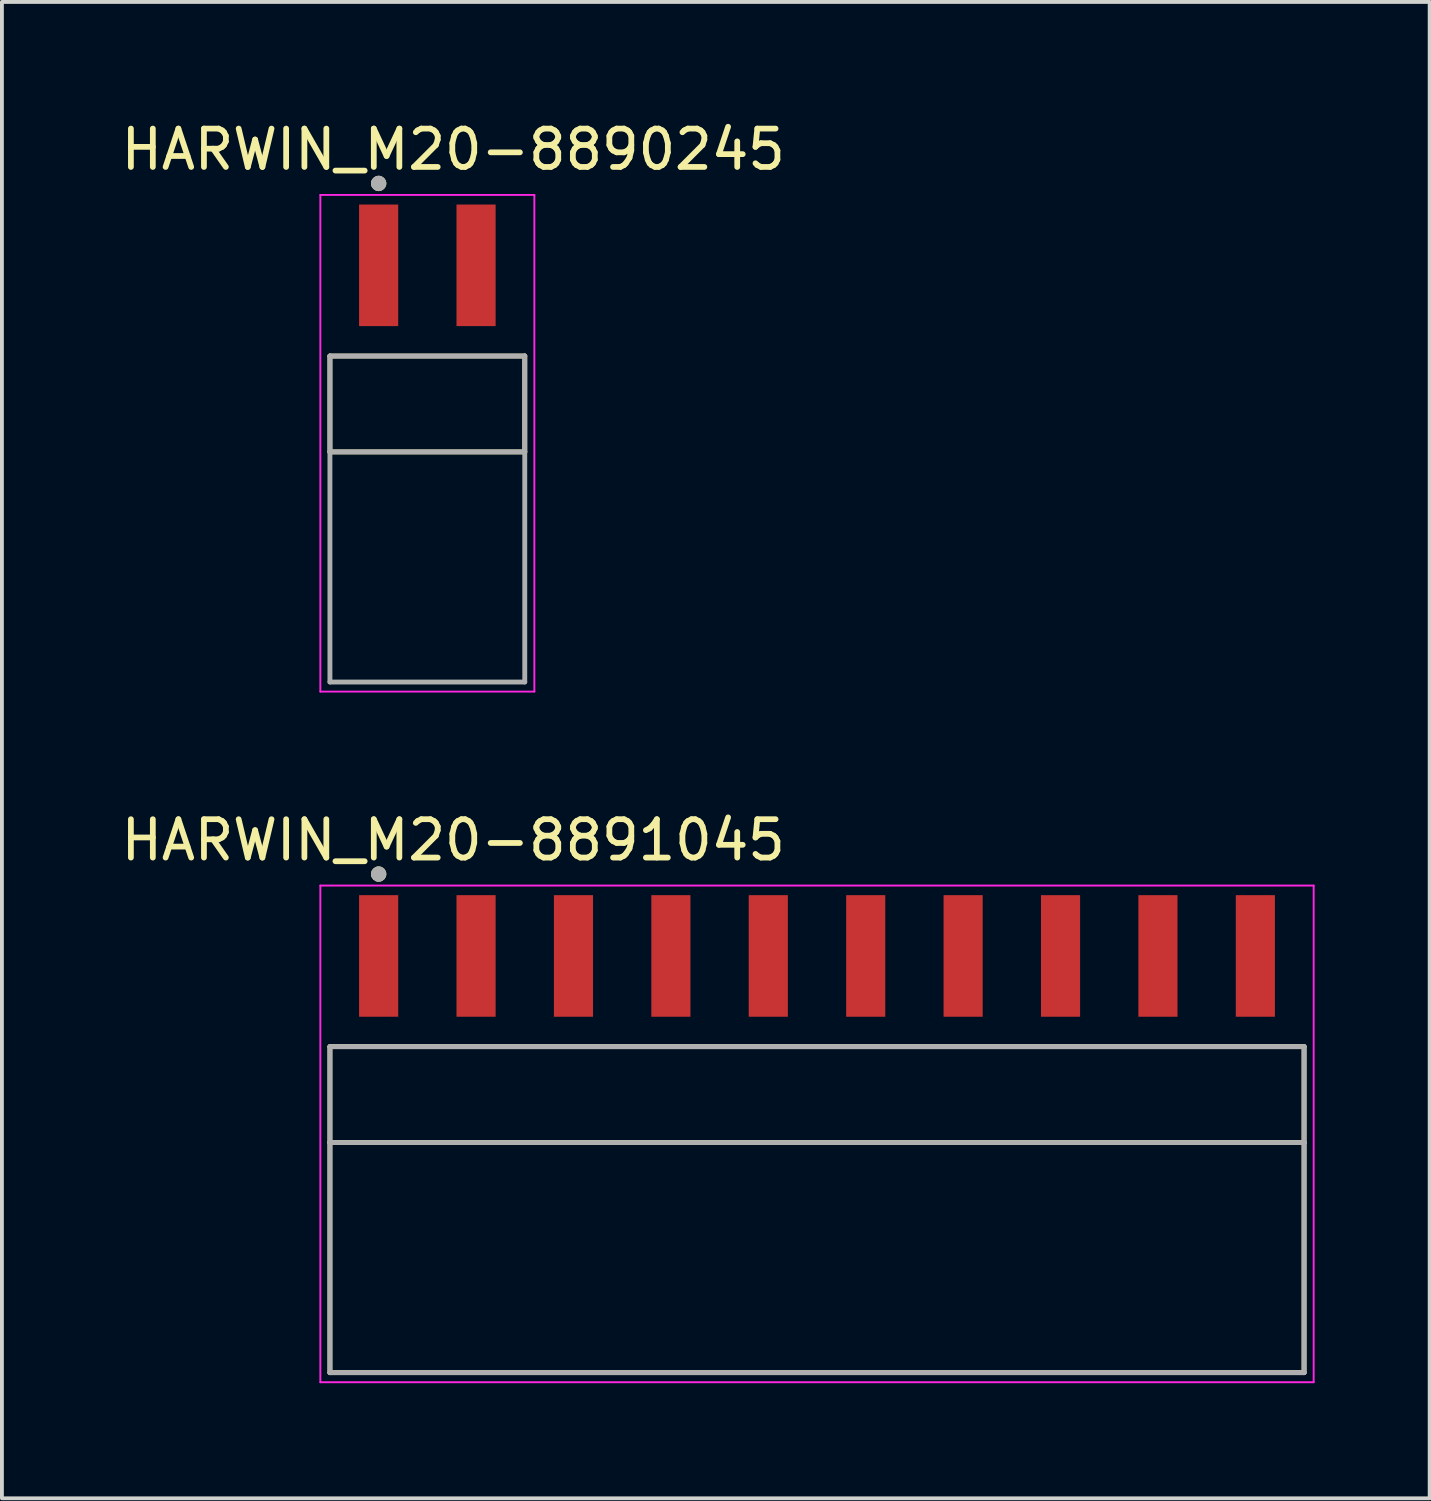
<source format=kicad_pcb>
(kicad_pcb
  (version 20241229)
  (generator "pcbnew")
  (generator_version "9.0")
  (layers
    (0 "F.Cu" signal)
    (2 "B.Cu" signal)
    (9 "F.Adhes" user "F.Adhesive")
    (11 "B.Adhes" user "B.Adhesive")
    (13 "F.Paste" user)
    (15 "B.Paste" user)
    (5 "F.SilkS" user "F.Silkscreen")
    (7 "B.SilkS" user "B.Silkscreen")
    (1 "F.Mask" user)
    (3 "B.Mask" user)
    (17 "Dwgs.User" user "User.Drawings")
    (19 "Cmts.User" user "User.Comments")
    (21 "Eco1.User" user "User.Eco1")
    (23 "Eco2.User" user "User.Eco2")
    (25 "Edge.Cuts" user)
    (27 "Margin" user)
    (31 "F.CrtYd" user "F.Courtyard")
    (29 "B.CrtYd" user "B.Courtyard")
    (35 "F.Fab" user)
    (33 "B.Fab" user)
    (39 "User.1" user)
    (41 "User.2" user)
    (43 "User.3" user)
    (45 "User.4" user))
  (footprint "HARWIN_M20-8890245"
    (layer "F.Cu")
    (at 8.093 7.483)
    (property "Reference" "HARWIN_M20-8890245" (at 0.675 -6.635 0) (layer "F.SilkS") (effects (font (size 1 1) (thickness 0.15))))
    (attr smd)
    (fp_line (start -2.54 -1.25) (end 2.54 -1.25) (stroke (width 0.127) (type solid)) (layer "F.SilkS"))
    (fp_line (start -2.54 1.25) (end -2.54 -1.25) (stroke (width 0.127) (type solid)) (layer "F.SilkS"))
    (fp_line (start 2.54 -1.25) (end 2.54 1.25) (stroke (width 0.127) (type solid)) (layer "F.SilkS"))
    (fp_line (start 2.54 1.25) (end -2.54 1.25) (stroke (width 0.127) (type solid)) (layer "F.SilkS"))
    (fp_circle (center -1.27 -5.75) (end -1.17 -5.75) (stroke (width 0.2) (type solid)) (fill no) (layer "F.SilkS"))
    (fp_line (start -2.79 -5.45) (end -2.79 7.5) (stroke (width 0.05) (type solid)) (layer "F.CrtYd"))
    (fp_line (start -2.79 7.5) (end 2.79 7.5) (stroke (width 0.05) (type solid)) (layer "F.CrtYd"))
    (fp_line (start 2.79 -5.45) (end -2.79 -5.45) (stroke (width 0.05) (type solid)) (layer "F.CrtYd"))
    (fp_line (start 2.79 7.5) (end 2.79 -5.45) (stroke (width 0.05) (type solid)) (layer "F.CrtYd"))
    (fp_line (start -2.54 -1.25) (end 2.54 -1.25) (stroke (width 0.127) (type solid)) (layer "F.Fab"))
    (fp_line (start -2.54 1.25) (end -2.54 -1.25) (stroke (width 0.127) (type solid)) (layer "F.Fab"))
    (fp_line (start -2.54 7.25) (end -2.54 1.25) (stroke (width 0.127) (type solid)) (layer "F.Fab"))
    (fp_line (start 2.54 -1.25) (end 2.54 1.25) (stroke (width 0.127) (type solid)) (layer "F.Fab"))
    (fp_line (start 2.54 1.25) (end -2.54 1.25) (stroke (width 0.127) (type solid)) (layer "F.Fab"))
    (fp_line (start 2.54 1.25) (end 2.54 7.25) (stroke (width 0.127) (type solid)) (layer "F.Fab"))
    (fp_line (start 2.54 7.25) (end -2.54 7.25) (stroke (width 0.127) (type solid)) (layer "F.Fab"))
    (fp_circle (center -1.27 -5.75) (end -1.17 -5.75) (stroke (width 0.2) (type solid)) (fill no) (layer "F.Fab"))
    (pad "1" smd rect (at -1.27 -3.615) (size 1.02 3.17) (layers "F.Cu" "F.Mask" "F.Paste"))
    (pad "2" smd rect (at 1.27 -3.615) (size 1.02 3.17) (layers "F.Cu" "F.Mask" "F.Paste")))
  (footprint "HARWIN_M20-8891045"
    (layer "F.Cu")
    (at 18.253 25.491)
    (property "Reference" "HARWIN_M20-8891045" (at -9.485 -6.635 0) (layer "F.SilkS") (effects (font (size 1 1) (thickness 0.15))))
    (attr smd)
    (fp_line (start -12.7 -1.25) (end 12.7 -1.25) (stroke (width 0.127) (type solid)) (layer "F.SilkS"))
    (fp_line (start -12.7 1.25) (end -12.7 -1.25) (stroke (width 0.127) (type solid)) (layer "F.SilkS"))
    (fp_line (start -12.7 7.25) (end -12.7 1.25) (stroke (width 0.127) (type solid)) (layer "F.SilkS"))
    (fp_line (start 12.7 -1.25) (end 12.7 1.25) (stroke (width 0.127) (type solid)) (layer "F.SilkS"))
    (fp_line (start 12.7 1.25) (end -12.7 1.25) (stroke (width 0.127) (type solid)) (layer "F.SilkS"))
    (fp_line (start 12.7 1.25) (end 12.7 7.25) (stroke (width 0.127) (type solid)) (layer "F.SilkS"))
    (fp_line (start 12.7 7.25) (end -12.7 7.25) (stroke (width 0.127) (type solid)) (layer "F.SilkS"))
    (fp_circle (center -11.43 -5.75) (end -11.33 -5.75) (stroke (width 0.2) (type solid)) (fill no) (layer "F.SilkS"))
    (fp_line (start -12.95 -5.45) (end -12.95 7.5) (stroke (width 0.05) (type solid)) (layer "F.CrtYd"))
    (fp_line (start -12.95 7.5) (end 12.95 7.5) (stroke (width 0.05) (type solid)) (layer "F.CrtYd"))
    (fp_line (start 12.95 -5.45) (end -12.95 -5.45) (stroke (width 0.05) (type solid)) (layer "F.CrtYd"))
    (fp_line (start 12.95 7.5) (end 12.95 -5.45) (stroke (width 0.05) (type solid)) (layer "F.CrtYd"))
    (fp_line (start -12.7 -1.25) (end 12.7 -1.25) (stroke (width 0.127) (type solid)) (layer "F.Fab"))
    (fp_line (start -12.7 1.25) (end -12.7 -1.25) (stroke (width 0.127) (type solid)) (layer "F.Fab"))
    (fp_line (start -12.7 7.25) (end -12.7 1.25) (stroke (width 0.127) (type solid)) (layer "F.Fab"))
    (fp_line (start 12.7 -1.25) (end 12.7 1.25) (stroke (width 0.127) (type solid)) (layer "F.Fab"))
    (fp_line (start 12.7 1.25) (end -12.7 1.25) (stroke (width 0.127) (type solid)) (layer "F.Fab"))
    (fp_line (start 12.7 1.25) (end 12.7 7.25) (stroke (width 0.127) (type solid)) (layer "F.Fab"))
    (fp_line (start 12.7 7.25) (end -12.7 7.25) (stroke (width 0.127) (type solid)) (layer "F.Fab"))
    (fp_circle (center -11.43 -5.75) (end -11.33 -5.75) (stroke (width 0.2) (type solid)) (fill no) (layer "F.Fab"))
    (pad "1" smd rect (at -11.43 -3.615) (size 1.02 3.17) (layers "F.Cu" "F.Mask" "F.Paste"))
    (pad "2" smd rect (at -8.89 -3.615) (size 1.02 3.17) (layers "F.Cu" "F.Mask" "F.Paste"))
    (pad "3" smd rect (at -6.35 -3.615) (size 1.02 3.17) (layers "F.Cu" "F.Mask" "F.Paste"))
    (pad "4" smd rect (at -3.81 -3.615) (size 1.02 3.17) (layers "F.Cu" "F.Mask" "F.Paste"))
    (pad "5" smd rect (at -1.27 -3.615) (size 1.02 3.17) (layers "F.Cu" "F.Mask" "F.Paste"))
    (pad "6" smd rect (at 1.27 -3.615) (size 1.02 3.17) (layers "F.Cu" "F.Mask" "F.Paste"))
    (pad "7" smd rect (at 3.81 -3.615) (size 1.02 3.17) (layers "F.Cu" "F.Mask" "F.Paste"))
    (pad "8" smd rect (at 6.35 -3.615) (size 1.02 3.17) (layers "F.Cu" "F.Mask" "F.Paste"))
    (pad "9" smd rect (at 8.89 -3.615) (size 1.02 3.17) (layers "F.Cu" "F.Mask" "F.Paste"))
    (pad "10" smd rect (at 11.43 -3.615) (size 1.02 3.17) (layers "F.Cu" "F.Mask" "F.Paste")))
  (gr_rect
    (start -3 -3)
    (end 34.228 36.017)
    (stroke (width 0.1) (type default))
    (fill no)
    (layer "Edge.Cuts")))
</source>
